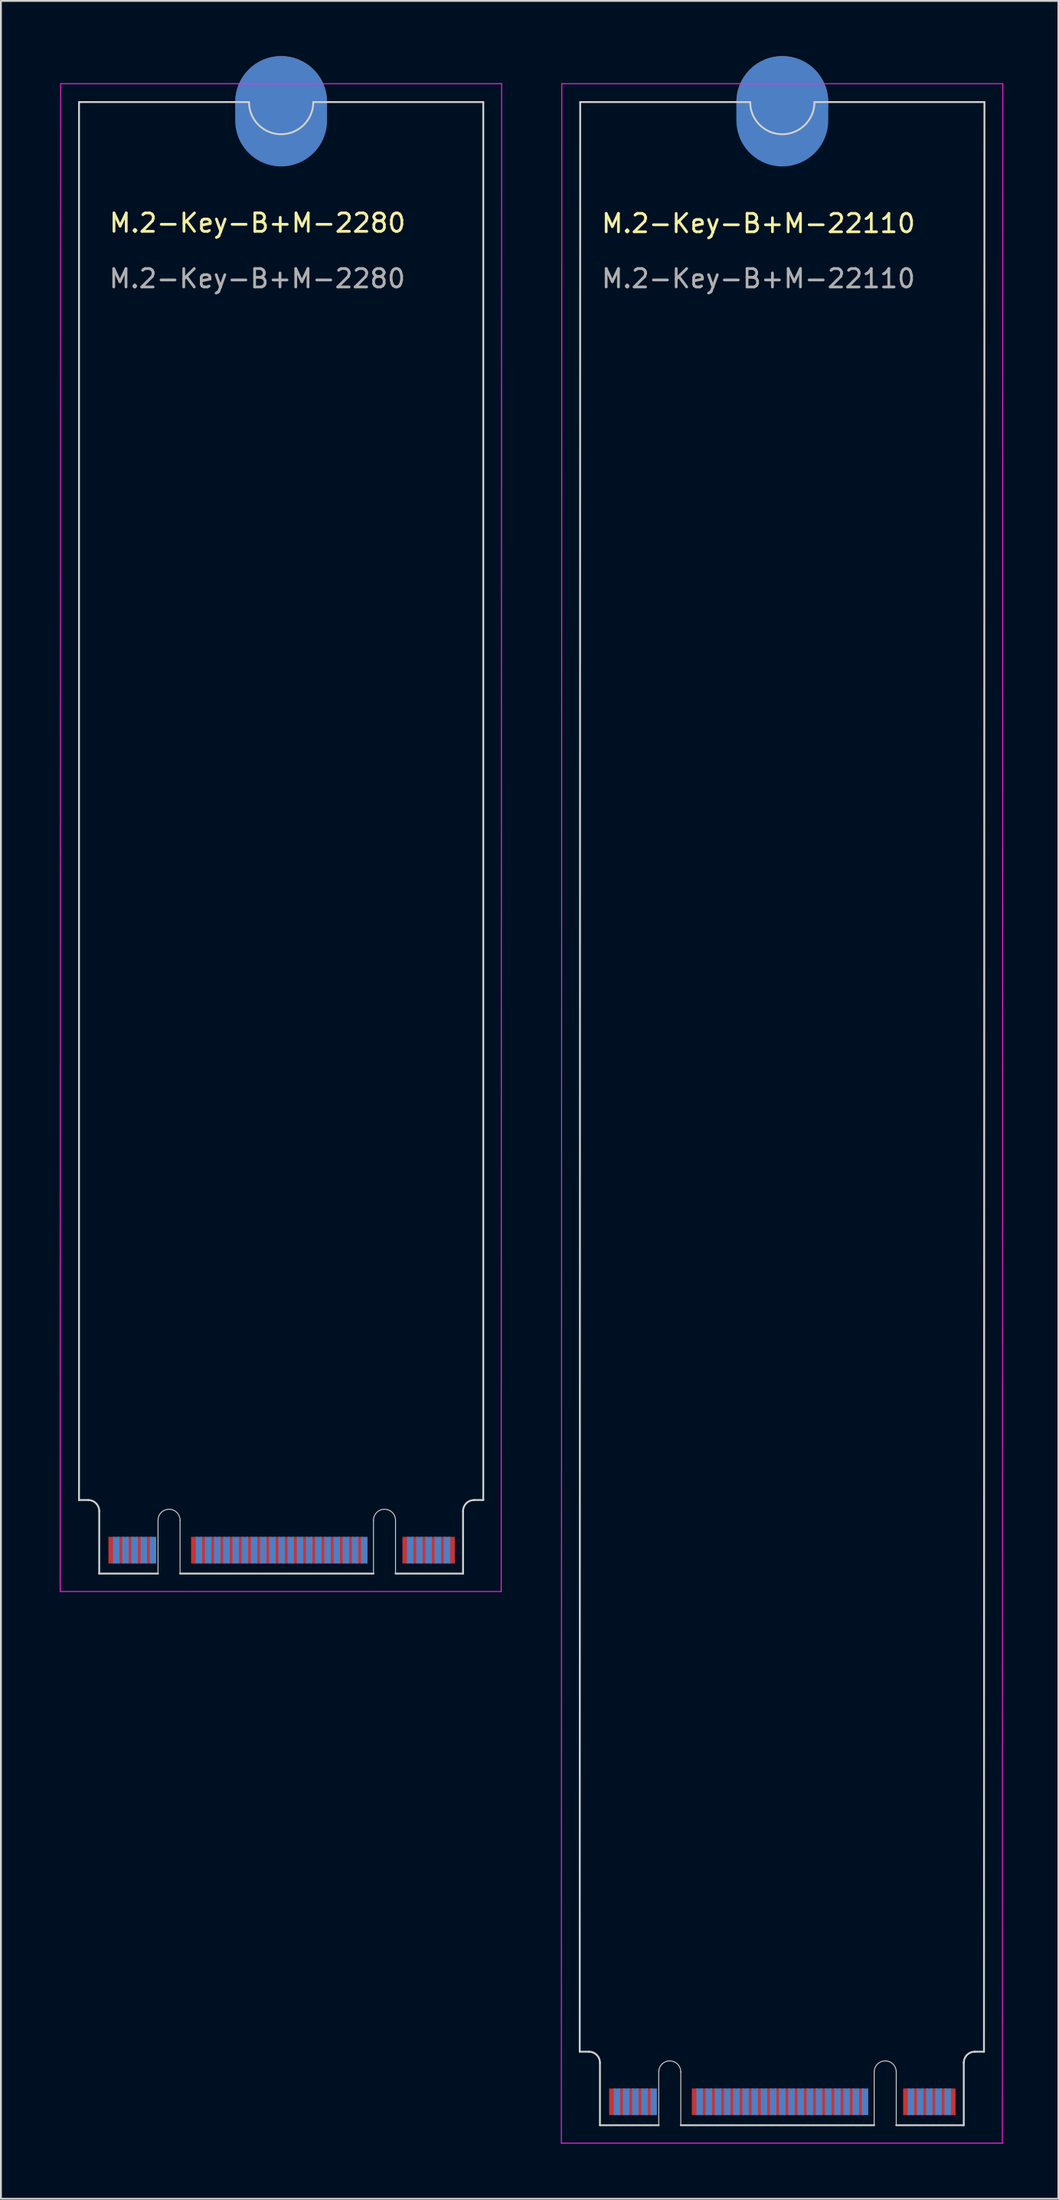
<source format=kicad_pcb>
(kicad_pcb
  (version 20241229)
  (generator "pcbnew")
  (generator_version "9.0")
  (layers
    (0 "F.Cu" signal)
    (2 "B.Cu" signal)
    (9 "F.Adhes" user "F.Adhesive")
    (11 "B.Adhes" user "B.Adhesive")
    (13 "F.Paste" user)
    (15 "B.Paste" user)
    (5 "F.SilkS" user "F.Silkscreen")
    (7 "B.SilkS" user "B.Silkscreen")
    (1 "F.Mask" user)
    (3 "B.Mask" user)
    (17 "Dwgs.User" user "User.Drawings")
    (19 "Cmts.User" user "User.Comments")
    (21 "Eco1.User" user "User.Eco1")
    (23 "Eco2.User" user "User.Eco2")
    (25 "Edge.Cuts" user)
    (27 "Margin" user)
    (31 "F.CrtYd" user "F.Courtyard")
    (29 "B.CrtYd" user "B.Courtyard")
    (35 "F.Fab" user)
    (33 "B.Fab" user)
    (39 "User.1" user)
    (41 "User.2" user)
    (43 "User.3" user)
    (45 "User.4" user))
  (footprint "M.2-Key-B+M-22110"
    (layer "F.Cu")
    (at 27.525 1.5)
    (property "Reference" "M.2-Key-B+M-22110" (at 10.7 7.6 0) (unlocked yes) (layer "F.SilkS") (effects (font (size 1 1) (thickness 0.15))))
    (attr exclude_from_pos_files exclude_from_bom allow_missing_courtyard)
    (fp_line (start 0.975 107.025) (end 1.475 107.025) (stroke (width 0.1) (type default)) (layer "Edge.Cuts"))
    (fp_line (start 1 1) (end 0.975 107.025) (stroke (width 0.1) (type default)) (layer "Edge.Cuts"))
    (fp_line (start 1 1) (end 10.25 1) (stroke (width 0.1) (type default)) (layer "Edge.Cuts"))
    (fp_line (start 2.075 107.625) (end 2.075 111.025) (stroke (width 0.1) (type default)) (layer "Edge.Cuts"))
    (fp_line (start 2.075 111.025) (end 5.275 111.025) (stroke (width 0.1) (type default)) (layer "Edge.Cuts"))
    (fp_line (start 5.275 111.025) (end 5.275 108.125) (stroke (width 0.05) (type default)) (layer "Edge.Cuts"))
    (fp_line (start 6.475 108.125) (end 6.475 111.025) (stroke (width 0.05) (type default)) (layer "Edge.Cuts"))
    (fp_line (start 6.475 111.025) (end 17 111.025) (stroke (width 0.1) (type default)) (layer "Edge.Cuts"))
    (fp_line (start 17 111.025) (end 17 108.125) (stroke (width 0.05) (type default)) (layer "Edge.Cuts"))
    (fp_line (start 18.2 108.125) (end 18.2 111.025) (stroke (width 0.05) (type default)) (layer "Edge.Cuts"))
    (fp_line (start 18.2 111.025) (end 21.875 111.025) (stroke (width 0.1) (type default)) (layer "Edge.Cuts"))
    (fp_line (start 21.875 107.625) (end 21.875 111.025) (stroke (width 0.1) (type default)) (layer "Edge.Cuts"))
    (fp_line (start 22.975 107.025) (end 22.475 107.025) (stroke (width 0.1) (type default)) (layer "Edge.Cuts"))
    (fp_line (start 23 1) (end 13.75 1) (stroke (width 0.1) (type default)) (layer "Edge.Cuts"))
    (fp_line (start 23 1) (end 22.975 107.025) (stroke (width 0.1) (type default)) (layer "Edge.Cuts"))
    (fp_arc (start 1.475 107.025) (mid 1.899264 107.200736) (end 2.075 107.625) (stroke (width 0.1) (type default)) (layer "Edge.Cuts"))
    (fp_arc (start 5.275 108.125) (mid 5.875 107.525) (end 6.475 108.125) (stroke (width 0.05) (type default)) (layer "Edge.Cuts"))
    (fp_arc (start 13.75 1) (mid 12 2.75) (end 10.25 1) (stroke (width 0.1) (type default)) (layer "Edge.Cuts"))
    (fp_arc (start 17 108.125) (mid 17.6 107.525) (end 18.2 108.125) (stroke (width 0.05) (type default)) (layer "Edge.Cuts"))
    (fp_arc (start 21.875 107.625) (mid 22.050736 107.200736) (end 22.475 107.025) (stroke (width 0.1) (type default)) (layer "Edge.Cuts"))
    (fp_line (start -0.025 112) (end 0 0) (stroke (width 0.05) (type default)) (layer "F.CrtYd"))
    (fp_line (start -0.025 112) (end 23.975 112) (stroke (width 0.05) (type default)) (layer "F.CrtYd"))
    (fp_line (start 23.975 112) (end 24 0) (stroke (width 0.05) (type default)) (layer "F.CrtYd"))
    (fp_line (start 24 0) (end 0 0) (stroke (width 0.05) (type default)) (layer "F.CrtYd"))
    (fp_text user "${REFERENCE}" (at 10.7 10.6 0) (unlocked yes) (layer "F.Fab") (effects (font (size 1 1) (thickness 0.15))))
    (pad "1" connect rect (at 21.25 109.75) (size 0.35 1.45) (layers "F.Cu" "F.Mask"))
    (pad "2" connect rect (at 21 109.75) (size 0.35 1.45) (layers "B.Cu" "B.Mask"))
    (pad "3" connect rect (at 20.75 109.75) (size 0.35 1.45) (layers "F.Cu" "F.Mask"))
    (pad "4" connect rect (at 20.5 109.75) (size 0.35 1.45) (layers "B.Cu" "B.Mask"))
    (pad "5" connect rect (at 20.25 109.75) (size 0.35 1.45) (layers "F.Cu" "F.Mask"))
    (pad "6" connect rect (at 20 109.75) (size 0.35 1.45) (layers "B.Cu" "B.Mask"))
    (pad "7" connect rect (at 19.75 109.75) (size 0.35 1.45) (layers "F.Cu" "F.Mask"))
    (pad "8" connect rect (at 19.5 109.75) (size 0.35 1.45) (layers "B.Cu" "B.Mask"))
    (pad "9" connect rect (at 19.25 109.75) (size 0.35 1.45) (layers "F.Cu" "F.Mask"))
    (pad "10" connect rect (at 19 109.75) (size 0.35 1.45) (layers "B.Cu" "B.Mask"))
    (pad "11" connect rect (at 18.75 109.75) (size 0.35 1.45) (layers "F.Cu" "F.Mask"))
    (pad "20" connect rect (at 16.5 109.75) (size 0.35 1.45) (layers "B.Cu" "B.Mask"))
    (pad "21" connect rect (at 16.25 109.75) (size 0.35 1.45) (layers "F.Cu" "F.Mask"))
    (pad "22" connect rect (at 16 109.75) (size 0.35 1.45) (layers "B.Cu" "B.Mask"))
    (pad "23" connect rect (at 15.75 109.75) (size 0.35 1.45) (layers "F.Cu" "F.Mask"))
    (pad "24" connect rect (at 15.5 109.75) (size 0.35 1.45) (layers "B.Cu" "B.Mask"))
    (pad "25" connect rect (at 15.25 109.75) (size 0.35 1.45) (layers "F.Cu" "F.Mask"))
    (pad "26" connect rect (at 15 109.75) (size 0.35 1.45) (layers "B.Cu" "B.Mask"))
    (pad "27" connect rect (at 14.75 109.75) (size 0.35 1.45) (layers "F.Cu" "F.Mask"))
    (pad "28" connect rect (at 14.5 109.75) (size 0.35 1.45) (layers "B.Cu" "B.Mask"))
    (pad "29" connect rect (at 14.25 109.75) (size 0.35 1.45) (layers "F.Cu" "F.Mask"))
    (pad "30" connect rect (at 14 109.75) (size 0.35 1.45) (layers "B.Cu" "B.Mask"))
    (pad "31" connect rect (at 13.75 109.75) (size 0.35 1.45) (layers "F.Cu" "F.Mask"))
    (pad "32" connect rect (at 13.5 109.75) (size 0.35 1.45) (layers "B.Cu" "B.Mask"))
    (pad "33" connect rect (at 13.25 109.75) (size 0.35 1.45) (layers "F.Cu" "F.Mask"))
    (pad "34" connect rect (at 13 109.75) (size 0.35 1.45) (layers "B.Cu" "B.Mask"))
    (pad "35" connect rect (at 12.75 109.75) (size 0.35 1.45) (layers "F.Cu" "F.Mask"))
    (pad "36" connect rect (at 12.5 109.75) (size 0.35 1.45) (layers "B.Cu" "B.Mask"))
    (pad "37" connect rect (at 12.25 109.75) (size 0.35 1.45) (layers "F.Cu" "F.Mask"))
    (pad "38" connect rect (at 12 109.75) (size 0.35 1.45) (layers "B.Cu" "B.Mask"))
    (pad "39" connect rect (at 11.75 109.75) (size 0.35 1.45) (layers "F.Cu" "F.Mask"))
    (pad "40" connect rect (at 11.5 109.75) (size 0.35 1.45) (layers "B.Cu" "B.Mask"))
    (pad "41" connect rect (at 11.25 109.75) (size 0.35 1.45) (layers "F.Cu" "F.Mask"))
    (pad "42" connect rect (at 11 109.75) (size 0.35 1.45) (layers "B.Cu" "B.Mask"))
    (pad "43" connect rect (at 10.75 109.75) (size 0.35 1.45) (layers "F.Cu" "F.Mask"))
    (pad "44" connect rect (at 10.5 109.75) (size 0.35 1.45) (layers "B.Cu" "B.Mask"))
    (pad "45" connect rect (at 10.25 109.75) (size 0.35 1.45) (layers "F.Cu" "F.Mask"))
    (pad "46" connect rect (at 10 109.75) (size 0.35 1.45) (layers "B.Cu" "B.Mask"))
    (pad "47" connect rect (at 9.75 109.75) (size 0.35 1.45) (layers "F.Cu" "F.Mask"))
    (pad "48" connect rect (at 9.5 109.75) (size 0.35 1.45) (layers "B.Cu" "B.Mask"))
    (pad "49" connect rect (at 9.25 109.75) (size 0.35 1.45) (layers "F.Cu" "F.Mask"))
    (pad "50" connect rect (at 9 109.75) (size 0.35 1.45) (layers "B.Cu" "B.Mask"))
    (pad "51" connect rect (at 8.75 109.75) (size 0.35 1.45) (layers "F.Cu" "F.Mask"))
    (pad "52" connect rect (at 8.5 109.75) (size 0.35 1.45) (layers "B.Cu" "B.Mask"))
    (pad "53" connect rect (at 8.25 109.75) (size 0.35 1.45) (layers "F.Cu" "F.Mask"))
    (pad "54" connect rect (at 8 109.75) (size 0.35 1.45) (layers "B.Cu" "B.Mask"))
    (pad "55" connect rect (at 7.75 109.75) (size 0.35 1.45) (layers "F.Cu" "F.Mask"))
    (pad "56" connect rect (at 7.5 109.75) (size 0.35 1.45) (layers "B.Cu" "B.Mask"))
    (pad "57" connect rect (at 7.25 109.75) (size 0.35 1.45) (layers "F.Cu" "F.Mask"))
    (pad "66" connect rect (at 5 109.75) (size 0.35 1.45) (layers "B.Cu" "B.Mask"))
    (pad "67" connect rect (at 4.75 109.75) (size 0.35 1.45) (layers "F.Cu" "F.Mask"))
    (pad "68" connect rect (at 4.5 109.75) (size 0.35 1.45) (layers "B.Cu" "B.Mask"))
    (pad "69" connect rect (at 4.25 109.75) (size 0.35 1.45) (layers "F.Cu" "F.Mask"))
    (pad "70" connect rect (at 4 109.75) (size 0.35 1.45) (layers "B.Cu" "B.Mask"))
    (pad "71" connect rect (at 3.75 109.75) (size 0.35 1.45) (layers "F.Cu" "F.Mask"))
    (pad "72" connect rect (at 3.5 109.75) (size 0.35 1.45) (layers "B.Cu" "B.Mask"))
    (pad "73" connect rect (at 3.25 109.75) (size 0.35 1.45) (layers "F.Cu" "F.Mask"))
    (pad "74" connect rect (at 3 109.75) (size 0.35 1.45) (layers "B.Cu" "B.Mask"))
    (pad "75" connect rect (at 2.75 109.75) (size 0.35 1.45) (layers "F.Cu" "F.Mask"))
    (pad "76" connect circle (at 12 1) (size 5 5) (layers "F.Cu" "F.Mask"))
    (pad "76" connect oval (at 12 1.5) (size 5 6) (layers "B.Cu" "B.Mask")))
  (footprint "M.2-Key-B+M-2280"
    (layer "F.Cu")
    (at 0.25 1.5)
    (property "Reference" "M.2-Key-B+M-2280" (at 10.713 7.575 0) (unlocked yes) (layer "F.SilkS") (effects (font (size 1 1) (thickness 0.15))))
    (attr exclude_from_pos_files exclude_from_bom allow_missing_courtyard)
    (fp_line (start 1 1) (end 1 77.025) (stroke (width 0.1) (type default)) (layer "Edge.Cuts"))
    (fp_line (start 1 1) (end 10.25 1) (stroke (width 0.1) (type default)) (layer "Edge.Cuts"))
    (fp_line (start 1 77.025) (end 1.5 77.025) (stroke (width 0.1) (type default)) (layer "Edge.Cuts"))
    (fp_line (start 2.1 77.625) (end 2.1 81.025) (stroke (width 0.1) (type default)) (layer "Edge.Cuts"))
    (fp_line (start 2.1 81.025) (end 5.3 81.025) (stroke (width 0.1) (type default)) (layer "Edge.Cuts"))
    (fp_line (start 5.3 81.025) (end 5.3 78.125) (stroke (width 0.05) (type default)) (layer "Edge.Cuts"))
    (fp_line (start 6.5 78.125) (end 6.5 81.025) (stroke (width 0.05) (type default)) (layer "Edge.Cuts"))
    (fp_line (start 6.5 81.025) (end 17.025 81.025) (stroke (width 0.1) (type default)) (layer "Edge.Cuts"))
    (fp_line (start 17.025 81.025) (end 17.025 78.125) (stroke (width 0.05) (type default)) (layer "Edge.Cuts"))
    (fp_line (start 18.225 78.125) (end 18.225 81.025) (stroke (width 0.05) (type default)) (layer "Edge.Cuts"))
    (fp_line (start 18.225 81.025) (end 21.9 81.025) (stroke (width 0.1) (type default)) (layer "Edge.Cuts"))
    (fp_line (start 21.9 77.625) (end 21.9 81.025) (stroke (width 0.1) (type default)) (layer "Edge.Cuts"))
    (fp_line (start 23 1) (end 13.75 1) (stroke (width 0.1) (type default)) (layer "Edge.Cuts"))
    (fp_line (start 23 1) (end 23 77.025) (stroke (width 0.1) (type default)) (layer "Edge.Cuts"))
    (fp_line (start 23 77.025) (end 22.5 77.025) (stroke (width 0.1) (type default)) (layer "Edge.Cuts"))
    (fp_arc (start 1.5 77.025) (mid 1.924264 77.200736) (end 2.1 77.625) (stroke (width 0.1) (type default)) (layer "Edge.Cuts"))
    (fp_arc (start 5.3 78.125) (mid 5.9 77.525) (end 6.5 78.125) (stroke (width 0.05) (type default)) (layer "Edge.Cuts"))
    (fp_arc (start 13.75 1) (mid 12 2.75) (end 10.25 1) (stroke (width 0.1) (type default)) (layer "Edge.Cuts"))
    (fp_arc (start 17.025 78.125) (mid 17.625 77.525) (end 18.225 78.125) (stroke (width 0.05) (type default)) (layer "Edge.Cuts"))
    (fp_arc (start 21.9 77.625) (mid 22.075736 77.200736) (end 22.5 77.025) (stroke (width 0.1) (type default)) (layer "Edge.Cuts"))
    (fp_line (start -0.025 82) (end 0 0) (stroke (width 0.05) (type default)) (layer "F.CrtYd"))
    (fp_line (start -0.025 82) (end 23.975 82) (stroke (width 0.05) (type default)) (layer "F.CrtYd"))
    (fp_line (start 23.975 82) (end 24 0) (stroke (width 0.05) (type default)) (layer "F.CrtYd"))
    (fp_line (start 24 0) (end 0 0) (stroke (width 0.05) (type default)) (layer "F.CrtYd"))
    (fp_text user "${REFERENCE}" (at 10.7 10.6 0) (unlocked yes) (layer "F.Fab") (effects (font (size 1 1) (thickness 0.15))))
    (pad "1" connect rect (at 21.275 79.75) (size 0.35 1.45) (layers "F.Cu" "F.Mask"))
    (pad "2" connect rect (at 21.025 79.75) (size 0.35 1.45) (layers "B.Cu" "B.Mask"))
    (pad "3" connect rect (at 20.775 79.75) (size 0.35 1.45) (layers "F.Cu" "F.Mask"))
    (pad "4" connect rect (at 20.525 79.75) (size 0.35 1.45) (layers "B.Cu" "B.Mask"))
    (pad "5" connect rect (at 20.275 79.75) (size 0.35 1.45) (layers "F.Cu" "F.Mask"))
    (pad "6" connect rect (at 20.025 79.75) (size 0.35 1.45) (layers "B.Cu" "B.Mask"))
    (pad "7" connect rect (at 19.775 79.75) (size 0.35 1.45) (layers "F.Cu" "F.Mask"))
    (pad "8" connect rect (at 19.525 79.75) (size 0.35 1.45) (layers "B.Cu" "B.Mask"))
    (pad "9" connect rect (at 19.275 79.75) (size 0.35 1.45) (layers "F.Cu" "F.Mask"))
    (pad "10" connect rect (at 19.025 79.75) (size 0.35 1.45) (layers "B.Cu" "B.Mask"))
    (pad "11" connect rect (at 18.775 79.75) (size 0.35 1.45) (layers "F.Cu" "F.Mask"))
    (pad "20" connect rect (at 16.525 79.75) (size 0.35 1.45) (layers "B.Cu" "B.Mask"))
    (pad "21" connect rect (at 16.275 79.75) (size 0.35 1.45) (layers "F.Cu" "F.Mask"))
    (pad "22" connect rect (at 16.025 79.75) (size 0.35 1.45) (layers "B.Cu" "B.Mask"))
    (pad "23" connect rect (at 15.775 79.75) (size 0.35 1.45) (layers "F.Cu" "F.Mask"))
    (pad "24" connect rect (at 15.525 79.75) (size 0.35 1.45) (layers "B.Cu" "B.Mask"))
    (pad "25" connect rect (at 15.275 79.75) (size 0.35 1.45) (layers "F.Cu" "F.Mask"))
    (pad "26" connect rect (at 15.025 79.75) (size 0.35 1.45) (layers "B.Cu" "B.Mask"))
    (pad "27" connect rect (at 14.775 79.75) (size 0.35 1.45) (layers "F.Cu" "F.Mask"))
    (pad "28" connect rect (at 14.525 79.75) (size 0.35 1.45) (layers "B.Cu" "B.Mask"))
    (pad "29" connect rect (at 14.275 79.75) (size 0.35 1.45) (layers "F.Cu" "F.Mask"))
    (pad "30" connect rect (at 14.025 79.75) (size 0.35 1.45) (layers "B.Cu" "B.Mask"))
    (pad "31" connect rect (at 13.775 79.75) (size 0.35 1.45) (layers "F.Cu" "F.Mask"))
    (pad "32" connect rect (at 13.525 79.75) (size 0.35 1.45) (layers "B.Cu" "B.Mask"))
    (pad "33" connect rect (at 13.275 79.75) (size 0.35 1.45) (layers "F.Cu" "F.Mask"))
    (pad "34" connect rect (at 13.025 79.75) (size 0.35 1.45) (layers "B.Cu" "B.Mask"))
    (pad "35" connect rect (at 12.775 79.75) (size 0.35 1.45) (layers "F.Cu" "F.Mask"))
    (pad "36" connect rect (at 12.525 79.75) (size 0.35 1.45) (layers "B.Cu" "B.Mask"))
    (pad "37" connect rect (at 12.275 79.75) (size 0.35 1.45) (layers "F.Cu" "F.Mask"))
    (pad "38" connect rect (at 12.025 79.75) (size 0.35 1.45) (layers "B.Cu" "B.Mask"))
    (pad "39" connect rect (at 11.775 79.75) (size 0.35 1.45) (layers "F.Cu" "F.Mask"))
    (pad "40" connect rect (at 11.525 79.75) (size 0.35 1.45) (layers "B.Cu" "B.Mask"))
    (pad "41" connect rect (at 11.275 79.75) (size 0.35 1.45) (layers "F.Cu" "F.Mask"))
    (pad "42" connect rect (at 11.025 79.75) (size 0.35 1.45) (layers "B.Cu" "B.Mask"))
    (pad "43" connect rect (at 10.775 79.75) (size 0.35 1.45) (layers "F.Cu" "F.Mask"))
    (pad "44" connect rect (at 10.525 79.75) (size 0.35 1.45) (layers "B.Cu" "B.Mask"))
    (pad "45" connect rect (at 10.275 79.75) (size 0.35 1.45) (layers "F.Cu" "F.Mask"))
    (pad "46" connect rect (at 10.025 79.75) (size 0.35 1.45) (layers "B.Cu" "B.Mask"))
    (pad "47" connect rect (at 9.775 79.75) (size 0.35 1.45) (layers "F.Cu" "F.Mask"))
    (pad "48" connect rect (at 9.525 79.75) (size 0.35 1.45) (layers "B.Cu" "B.Mask"))
    (pad "49" connect rect (at 9.275 79.75) (size 0.35 1.45) (layers "F.Cu" "F.Mask"))
    (pad "50" connect rect (at 9.025 79.75) (size 0.35 1.45) (layers "B.Cu" "B.Mask"))
    (pad "51" connect rect (at 8.775 79.75) (size 0.35 1.45) (layers "F.Cu" "F.Mask"))
    (pad "52" connect rect (at 8.525 79.75) (size 0.35 1.45) (layers "B.Cu" "B.Mask"))
    (pad "53" connect rect (at 8.275 79.75) (size 0.35 1.45) (layers "F.Cu" "F.Mask"))
    (pad "54" connect rect (at 8.025 79.75) (size 0.35 1.45) (layers "B.Cu" "B.Mask"))
    (pad "55" connect rect (at 7.775 79.75) (size 0.35 1.45) (layers "F.Cu" "F.Mask"))
    (pad "56" connect rect (at 7.525 79.75) (size 0.35 1.45) (layers "B.Cu" "B.Mask"))
    (pad "57" connect rect (at 7.275 79.75) (size 0.35 1.45) (layers "F.Cu" "F.Mask"))
    (pad "66" connect rect (at 5.025 79.75) (size 0.35 1.45) (layers "B.Cu" "B.Mask"))
    (pad "67" connect rect (at 4.775 79.75) (size 0.35 1.45) (layers "F.Cu" "F.Mask"))
    (pad "68" connect rect (at 4.525 79.75) (size 0.35 1.45) (layers "B.Cu" "B.Mask"))
    (pad "69" connect rect (at 4.275 79.75) (size 0.35 1.45) (layers "F.Cu" "F.Mask"))
    (pad "70" connect rect (at 4.025 79.75) (size 0.35 1.45) (layers "B.Cu" "B.Mask"))
    (pad "71" connect rect (at 3.775 79.75) (size 0.35 1.45) (layers "F.Cu" "F.Mask"))
    (pad "72" connect rect (at 3.525 79.75) (size 0.35 1.45) (layers "B.Cu" "B.Mask"))
    (pad "73" connect rect (at 3.275 79.75) (size 0.35 1.45) (layers "F.Cu" "F.Mask"))
    (pad "74" connect rect (at 3.025 79.75) (size 0.35 1.45) (layers "B.Cu" "B.Mask"))
    (pad "75" connect rect (at 2.775 79.75) (size 0.35 1.45) (layers "F.Cu" "F.Mask"))
    (pad "76" connect circle (at 12 1) (size 5 5) (layers "F.Cu" "F.Mask"))
    (pad "76" connect oval (at 12 1.5) (size 5 6) (layers "B.Cu" "B.Mask"))
    (zone (net_name "") (layer "F.Cu") (name "TOP COMPONENT KEEPOUT") (hatch edge 0.5) (connect_pads) (min_thickness 0.25) (filled_areas_thickness no) (keepout (tracks allowed) (vias allowed) (pads allowed) (copperpour allowed) (footprints not_allowed)) (placement (enabled no)) (fill) (polygon (pts (xy 2.35 82.525) (xy 2.35 78.525) (xy 22.15 78.525) (xy 22.15 82.525))))
    (zone (net_name "") (layer "B.Cu") (name "BOTTOM COMPONENT KEEPOUT") (hatch edge 0.5) (connect_pads) (min_thickness 0.25) (filled_areas_thickness no) (keepout (tracks allowed) (vias allowed) (pads allowed) (copperpour allowed) (footprints not_allowed)) (placement (enabled no)) (fill) (polygon (pts (xy 2.35 82.525) (xy 22.15 82.525) (xy 22.15 78.525) (xy 23.25 78.525) (xy 23.25 77.325) (xy 1.25 77.325) (xy 1.25 78.525) (xy 2.35 78.525)))))
  (gr_rect
    (start -3 -3)
    (end 54.55 116.525)
    (stroke (width 0.1) (type default))
    (fill no)
    (layer "Edge.Cuts")))
</source>
